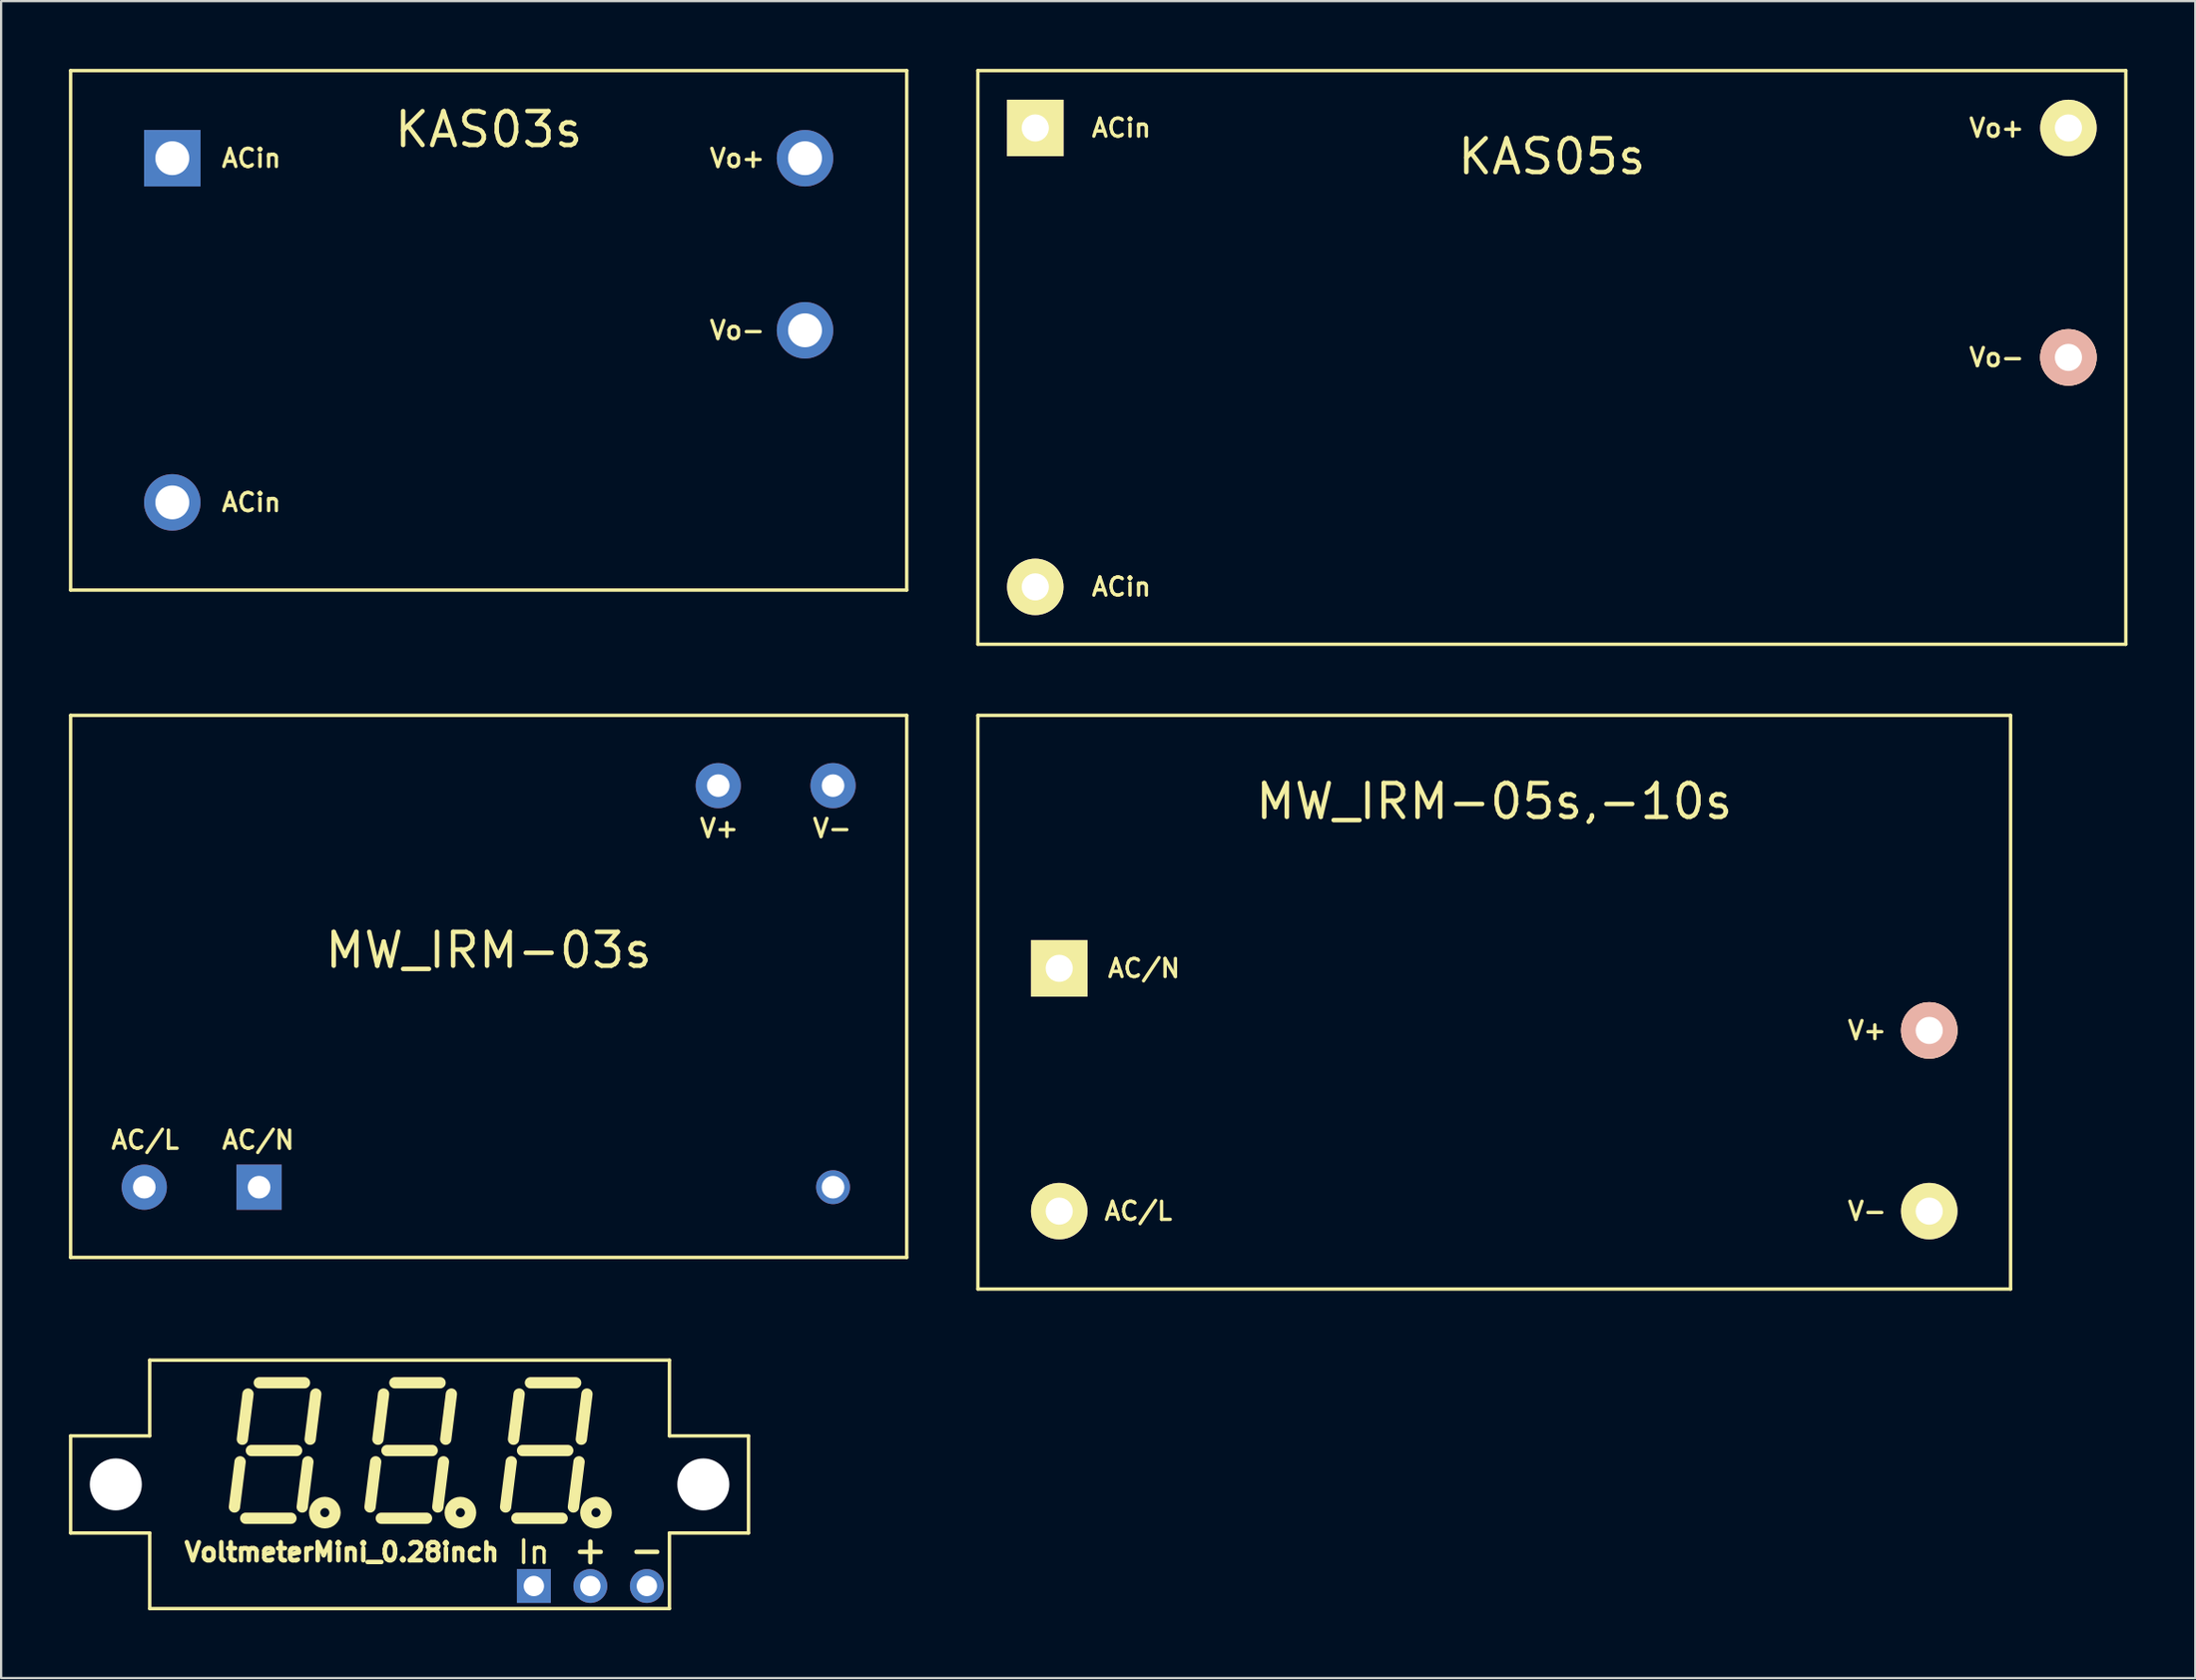
<source format=kicad_pcb>
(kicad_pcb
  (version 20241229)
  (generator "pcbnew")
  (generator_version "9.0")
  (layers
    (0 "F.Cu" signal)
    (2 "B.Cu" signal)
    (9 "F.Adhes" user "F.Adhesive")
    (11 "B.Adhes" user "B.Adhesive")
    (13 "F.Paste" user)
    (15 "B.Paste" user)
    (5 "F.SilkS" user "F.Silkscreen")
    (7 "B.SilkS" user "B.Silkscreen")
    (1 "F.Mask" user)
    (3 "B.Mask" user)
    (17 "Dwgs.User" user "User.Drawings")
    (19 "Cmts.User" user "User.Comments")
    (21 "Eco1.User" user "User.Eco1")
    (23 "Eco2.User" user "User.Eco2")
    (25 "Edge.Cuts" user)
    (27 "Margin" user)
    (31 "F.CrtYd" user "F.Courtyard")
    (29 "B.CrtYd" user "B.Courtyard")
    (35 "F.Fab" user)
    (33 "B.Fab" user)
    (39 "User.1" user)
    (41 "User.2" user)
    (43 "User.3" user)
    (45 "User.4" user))
  (footprint "VoltmeterMini_0.28inch"
    (layer "F.Cu")
    (at 15.075 62.675)
    (property "Reference" "VoltmeterMini_0.28inch" (at -3 3 0) (layer "F.SilkS") (effects (font (size 0.8 0.8) (thickness 0.2))))
    (attr through_hole)
    (fp_line (start -15 -2.15) (end -15 2.15) (stroke (width 0.15) (type solid)) (layer "F.SilkS"))
    (fp_line (start -15 2.15) (end -11.5 2.15) (stroke (width 0.15) (type solid)) (layer "F.SilkS"))
    (fp_line (start -11.5 -5.5) (end 11.5 -5.5) (stroke (width 0.15) (type solid)) (layer "F.SilkS"))
    (fp_line (start -11.5 -2.15) (end -15 -2.15) (stroke (width 0.15) (type solid)) (layer "F.SilkS"))
    (fp_line (start -11.5 -2.15) (end -11.5 -5.5) (stroke (width 0.15) (type solid)) (layer "F.SilkS"))
    (fp_line (start -11.5 2.15) (end -11.5 5.5) (stroke (width 0.15) (type solid)) (layer "F.SilkS"))
    (fp_line (start -7.5 -1) (end -7.75 1) (stroke (width 0.5) (type solid)) (layer "F.SilkS"))
    (fp_line (start -7.4 -2) (end -7.15 -4) (stroke (width 0.5) (type solid)) (layer "F.SilkS"))
    (fp_line (start -6.65 -4.5) (end -4.65 -4.5) (stroke (width 0.5) (type solid)) (layer "F.SilkS"))
    (fp_line (start -5.25 1.5) (end -7.25 1.5) (stroke (width 0.5) (type solid)) (layer "F.SilkS"))
    (fp_line (start -5 -1.5) (end -7 -1.5) (stroke (width 0.5) (type solid)) (layer "F.SilkS"))
    (fp_line (start -4.5 -1) (end -4.75 1) (stroke (width 0.5) (type solid)) (layer "F.SilkS"))
    (fp_line (start -4.4 -2) (end -4.15 -4) (stroke (width 0.5) (type solid)) (layer "F.SilkS"))
    (fp_line (start -1.5 -1) (end -1.75 1) (stroke (width 0.5) (type solid)) (layer "F.SilkS"))
    (fp_line (start -1.4 -2) (end -1.15 -4) (stroke (width 0.5) (type solid)) (layer "F.SilkS"))
    (fp_line (start -0.65 -4.5) (end 1.35 -4.5) (stroke (width 0.5) (type solid)) (layer "F.SilkS"))
    (fp_line (start 0.75 1.5) (end -1.25 1.5) (stroke (width 0.5) (type solid)) (layer "F.SilkS"))
    (fp_line (start 1 -1.5) (end -1 -1.5) (stroke (width 0.5) (type solid)) (layer "F.SilkS"))
    (fp_line (start 1.5 -1) (end 1.25 1) (stroke (width 0.5) (type solid)) (layer "F.SilkS"))
    (fp_line (start 1.6 -2) (end 1.85 -4) (stroke (width 0.5) (type solid)) (layer "F.SilkS"))
    (fp_line (start 4.5 -1) (end 4.25 1) (stroke (width 0.5) (type solid)) (layer "F.SilkS"))
    (fp_line (start 4.6 -2) (end 4.85 -4) (stroke (width 0.5) (type solid)) (layer "F.SilkS"))
    (fp_line (start 5.35 -4.5) (end 7.35 -4.5) (stroke (width 0.5) (type solid)) (layer "F.SilkS"))
    (fp_line (start 6.75 1.5) (end 4.75 1.5) (stroke (width 0.5) (type solid)) (layer "F.SilkS"))
    (fp_line (start 7 -1.5) (end 5 -1.5) (stroke (width 0.5) (type solid)) (layer "F.SilkS"))
    (fp_line (start 7.5 -1) (end 7.25 1) (stroke (width 0.5) (type solid)) (layer "F.SilkS"))
    (fp_line (start 7.6 -2) (end 7.85 -4) (stroke (width 0.5) (type solid)) (layer "F.SilkS"))
    (fp_line (start 11.5 -2.15) (end 11.5 -5.5) (stroke (width 0.15) (type solid)) (layer "F.SilkS"))
    (fp_line (start 11.5 -2.15) (end 15 -2.15) (stroke (width 0.15) (type solid)) (layer "F.SilkS"))
    (fp_line (start 11.5 2.15) (end 11.5 5.5) (stroke (width 0.15) (type solid)) (layer "F.SilkS"))
    (fp_line (start 11.5 5.5) (end -11.5 5.5) (stroke (width 0.15) (type solid)) (layer "F.SilkS"))
    (fp_line (start 15 -2.15) (end 15 2.15) (stroke (width 0.15) (type solid)) (layer "F.SilkS"))
    (fp_line (start 15 2.15) (end 11.5 2.15) (stroke (width 0.15) (type solid)) (layer "F.SilkS"))
    (fp_circle (center -3.75 1.25) (end -3.55 1.25) (stroke (width 0.5) (type solid)) (fill no) (layer "F.SilkS"))
    (fp_circle (center 2.25 1.25) (end 2.45 1.25) (stroke (width 0.5) (type solid)) (fill no) (layer "F.SilkS"))
    (fp_circle (center 8.25 1.25) (end 8.45 1.25) (stroke (width 0.5) (type solid)) (fill no) (layer "F.SilkS"))
    (fp_text user "+" (at 8 2.9 0) (layer "F.SilkS") (effects (font (size 1.2 1.2) (thickness 0.2))))
    (fp_text user "-" (at 10.5 2.9 0) (layer "F.SilkS") (effects (font (size 1.2 1.2) (thickness 0.2))))
    (fp_text user "In" (at 5.5 3 0) (layer "F.SilkS") (effects (font (size 1 1) (thickness 0.15))))
    (pad "" np_thru_hole circle (at -13 0) (size 2.3 2.3) (drill 2.3) (layers "*.Cu" "*.Mask"))
    (pad "" np_thru_hole circle (at 13 0) (size 2.3 2.3) (drill 2.3) (layers "*.Cu" "*.Mask"))
    (pad "1" thru_hole rect (at 5.5 4.5) (size 1.5 1.5) (drill 0.9) (layers "*.Cu" "*.Mask"))
    (pad "2" thru_hole circle (at 8 4.5) (size 1.5 1.5) (drill 0.9) (layers "*.Cu" "*.Mask"))
    (pad "3" thru_hole circle (at 10.5 4.5) (size 1.5 1.5) (drill 0.9) (layers "*.Cu" "*.Mask")))
  (footprint "KAS03s"
    (layer "F.Cu")
    (at 18.575 11.575)
    (property "Reference" "KAS03s" (at 0 -8.89 0) (layer "F.SilkS") (effects (font (size 1.5 1.5) (thickness 0.2))))
    (attr through_hole)
    (fp_line (start -18.5 -11.5) (end 18.5 -11.5) (stroke (width 0.15) (type solid)) (layer "F.SilkS"))
    (fp_line (start -18.5 11.5) (end -18.5 -11.5) (stroke (width 0.15) (type solid)) (layer "F.SilkS"))
    (fp_line (start -18.5 11.5) (end 18.5 11.5) (stroke (width 0.15) (type solid)) (layer "F.SilkS"))
    (fp_line (start 18.5 -11.5) (end 18.5 11.5) (stroke (width 0.15) (type solid)) (layer "F.SilkS"))
    (fp_text user "ACin" (at -10.5 -7.62 0) (layer "F.SilkS") (effects (font (size 0.8 0.8) (thickness 0.15))))
    (fp_text user "Vo-" (at 11 0 0) (layer "F.SilkS") (effects (font (size 0.8 0.8) (thickness 0.15))))
    (fp_text user "ACin" (at -10.5 7.62 0) (layer "F.SilkS") (effects (font (size 0.8 0.8) (thickness 0.15))))
    (fp_text user "Vo+" (at 11 -7.62 0) (layer "F.SilkS") (effects (font (size 0.8 0.8) (thickness 0.15))))
    (pad "1" thru_hole rect (at -14 -7.62) (size 2.5 2.5) (drill 1.5) (layers "*.Cu" "*.Mask"))
    (pad "2" thru_hole circle (at -14 7.62) (size 2.5 2.5) (drill 1.5) (layers "*.Cu" "*.Mask"))
    (pad "3" thru_hole circle (at 14 0) (size 2.5 2.5) (drill 1.5) (layers "*.Cu" "*.Mask"))
    (pad "4" thru_hole circle (at 14 -7.62) (size 2.5 2.5) (drill 1.5) (layers "*.Cu" "*.Mask")))
  (footprint "MW_IRM-03s"
    (layer "F.Cu")
    (at 18.575 40.625)
    (property "Reference" "MW_IRM-03s" (at 0 -1.6 0) (layer "F.SilkS") (effects (font (size 1.5 1.5) (thickness 0.2))))
    (attr through_hole)
    (fp_line (start -18.5 -12) (end 18.5 -12) (stroke (width 0.15) (type solid)) (layer "F.SilkS"))
    (fp_line (start -18.5 12) (end -18.5 -12) (stroke (width 0.15) (type solid)) (layer "F.SilkS"))
    (fp_line (start -18.5 12) (end 18.5 12) (stroke (width 0.15) (type solid)) (layer "F.SilkS"))
    (fp_line (start 18.5 -12) (end 18.5 12) (stroke (width 0.15) (type solid)) (layer "F.SilkS"))
    (fp_text user "V-" (at 15.2 -7 0) (layer "F.SilkS") (effects (font (size 0.8 0.8) (thickness 0.15))))
    (fp_text user "AC/L" (at -15.2 6.8 0) (layer "F.SilkS") (effects (font (size 0.8 0.8) (thickness 0.15))))
    (fp_text user "AC/N" (at -10.2 6.8 0) (layer "F.SilkS") (effects (font (size 0.8 0.8) (thickness 0.15))))
    (fp_text user "V+" (at 10.2 -7 0) (layer "F.SilkS") (effects (font (size 0.8 0.8) (thickness 0.15))))
    (pad "1" thru_hole rect (at -10.16 8.89) (size 2 2) (drill 1) (layers "*.Cu" "*.Mask"))
    (pad "2" thru_hole circle (at -15.24 8.89) (size 2 2) (drill 1) (layers "*.Cu" "*.Mask"))
    (pad "3" thru_hole circle (at 15.24 -8.89) (size 2 2) (drill 1) (layers "*.Cu" "*.Mask"))
    (pad "4" thru_hole circle (at 10.16 -8.89) (size 2 2) (drill 1) (layers "*.Cu" "*.Mask"))
    (pad "5" thru_hole circle (at 15.24 8.89) (size 1.5 1.5) (drill 1) (layers "*.Cu" "*.Mask")))
  (footprint "MW_IRM-05s,-10s"
    (layer "F.Cu")
    (at 63.075 41.325)
    (property "Reference" "MW_IRM-05s,-10s" (at 0 -8.89 0) (layer "F.SilkS") (effects (font (size 1.5 1.5) (thickness 0.2))))
    (attr through_hole)
    (fp_line (start -22.85 -12.7) (end 22.85 -12.7) (stroke (width 0.15) (type solid)) (layer "F.SilkS"))
    (fp_line (start -22.85 12.7) (end -22.85 -12.7) (stroke (width 0.15) (type solid)) (layer "F.SilkS"))
    (fp_line (start -22.85 12.7) (end 22.85 12.7) (stroke (width 0.15) (type solid)) (layer "F.SilkS"))
    (fp_line (start 22.85 -12.7) (end 22.85 12.7) (stroke (width 0.15) (type solid)) (layer "F.SilkS"))
    (fp_text user "AC/L" (at -15.75 9.25 0) (layer "F.SilkS") (effects (font (size 0.8 0.8) (thickness 0.15))))
    (fp_text user "V-" (at 16.5 9.25 0) (layer "F.SilkS") (effects (font (size 0.8 0.8) (thickness 0.15))))
    (fp_text user "V+" (at 16.5 1.25 0) (layer "F.SilkS") (effects (font (size 0.8 0.8) (thickness 0.15))))
    (fp_text user "AC/N" (at -15.5 -1.5 0) (layer "F.SilkS") (effects (font (size 0.8 0.8) (thickness 0.15))))
    (pad "1" thru_hole rect (at -19.25 -1.5) (size 2.5 2.5) (drill 1.2) (layers "*.Cu" "*.Mask" "F.SilkS"))
    (pad "2" thru_hole circle (at -19.25 9.25) (size 2.5 2.5) (drill 1.2) (layers "*.Cu" "*.Mask" "F.SilkS"))
    (pad "3" thru_hole circle (at 19.25 9.25) (size 2.5 2.5) (drill 1.2) (layers "*.Cu" "*.Mask" "F.SilkS"))
    (pad "4" thru_hole circle (at 19.25 1.25) (size 2.5 2.5) (drill 1.2) (layers "*.Cu" "*.SilkS" "*.Mask")))
  (footprint "KAS05s"
    (layer "F.Cu")
    (at 65.625 12.775)
    (property "Reference" "KAS05s" (at 0 -8.89 0) (layer "F.SilkS") (effects (font (size 1.5 1.5) (thickness 0.2))))
    (attr through_hole)
    (fp_line (start -25.4 -12.7) (end 25.4 -12.7) (stroke (width 0.15) (type solid)) (layer "F.SilkS"))
    (fp_line (start -25.4 12.7) (end -25.4 -12.7) (stroke (width 0.15) (type solid)) (layer "F.SilkS"))
    (fp_line (start -25.4 12.7) (end 25.4 12.7) (stroke (width 0.15) (type solid)) (layer "F.SilkS"))
    (fp_line (start 25.4 -12.7) (end 25.4 12.7) (stroke (width 0.15) (type solid)) (layer "F.SilkS"))
    (fp_text user "ACin" (at -19.05 -10.16 0) (layer "F.SilkS") (effects (font (size 0.8 0.8) (thickness 0.15))))
    (fp_text user "Vo+" (at 19.685 -10.16 0) (layer "F.SilkS") (effects (font (size 0.8 0.8) (thickness 0.15))))
    (fp_text user "Vo-" (at 19.685 0 0) (layer "F.SilkS") (effects (font (size 0.8 0.8) (thickness 0.15))))
    (fp_text user "ACin" (at -19.05 10.16 0) (layer "F.SilkS") (effects (font (size 0.8 0.8) (thickness 0.15))))
    (pad "1" thru_hole rect (at -22.86 -10.16) (size 2.5 2.5) (drill 1.2) (layers "*.Cu" "F.Mask" "F.SilkS"))
    (pad "2" thru_hole circle (at -22.86 10.16) (size 2.5 2.5) (drill 1.2) (layers "*.Cu" "*.Mask" "F.SilkS"))
    (pad "3" thru_hole circle (at 22.86 0) (size 2.5 2.5) (drill 1.2) (layers "*.Cu" "*.SilkS" "*.Mask"))
    (pad "4" thru_hole circle (at 22.86 -10.16) (size 2.5 2.5) (drill 1.2) (layers "*.Cu" "*.Mask" "F.SilkS")))
  (gr_rect
    (start -3 -3)
    (end 94.1 71.25)
    (stroke (width 0.1) (type default))
    (fill no)
    (layer "Edge.Cuts")))
</source>
